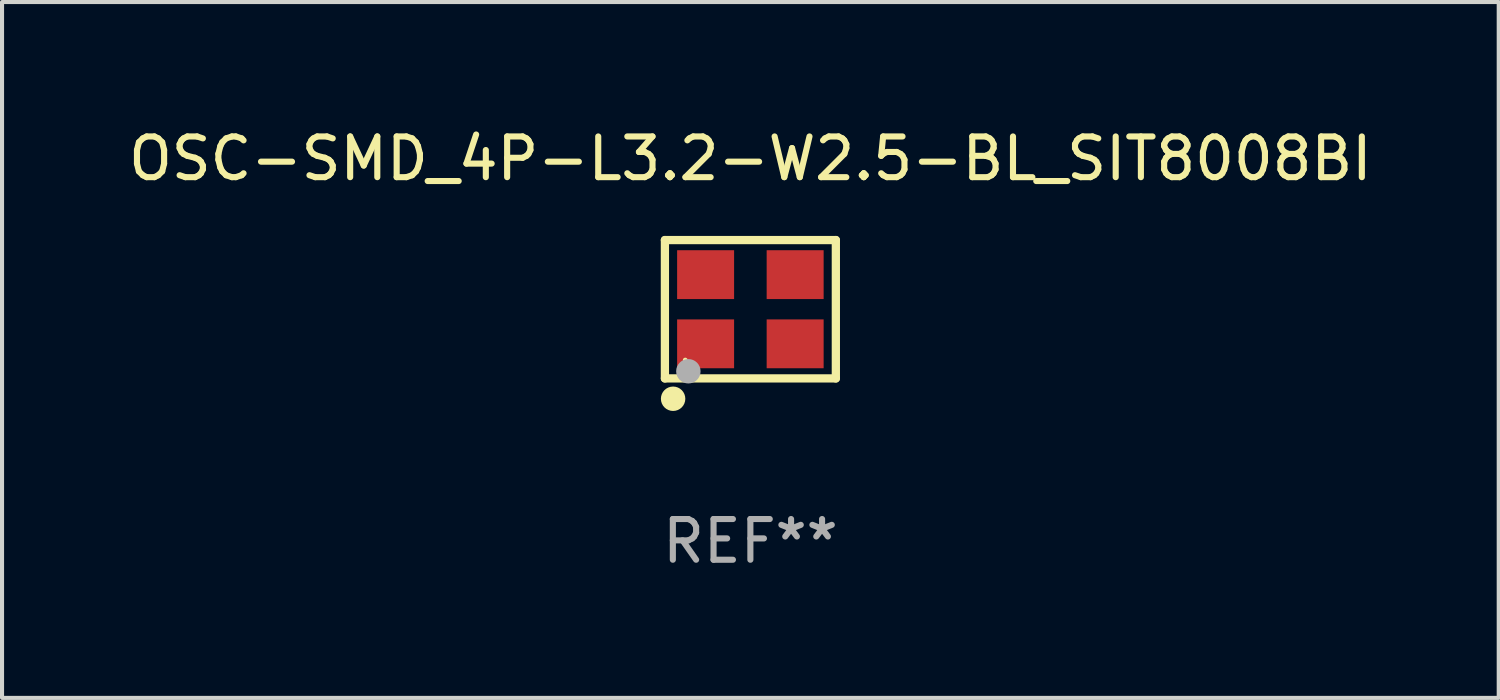
<source format=kicad_pcb>
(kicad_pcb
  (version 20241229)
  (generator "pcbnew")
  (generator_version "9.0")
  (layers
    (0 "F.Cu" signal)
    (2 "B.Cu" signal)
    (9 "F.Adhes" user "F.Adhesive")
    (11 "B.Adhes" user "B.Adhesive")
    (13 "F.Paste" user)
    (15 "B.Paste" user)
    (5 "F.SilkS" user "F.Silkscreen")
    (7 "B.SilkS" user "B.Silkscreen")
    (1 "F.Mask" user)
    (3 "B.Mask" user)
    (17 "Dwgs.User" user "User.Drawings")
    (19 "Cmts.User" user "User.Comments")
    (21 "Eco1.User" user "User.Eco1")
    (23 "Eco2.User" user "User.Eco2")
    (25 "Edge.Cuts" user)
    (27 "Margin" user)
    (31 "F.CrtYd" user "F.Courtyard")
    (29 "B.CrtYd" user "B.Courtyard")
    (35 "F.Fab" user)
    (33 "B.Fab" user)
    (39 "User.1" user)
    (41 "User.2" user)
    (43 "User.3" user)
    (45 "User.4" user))
  (footprint "OSC-SMD_4P-L3.2-W2.5-BL_SIT8008BI"
    (layer "F.Cu")
    (at 15.387 4.548)
    (property "Reference" "OSC-SMD_4P-L3.2-W2.5-BL_SIT8008BI" (at -0.000102 -3.7 0) (layer "F.SilkS") (effects (font (size 1 1) (thickness 0.15))))
    (attr smd)
    (fp_line (start -2.1 -1.7) (end -2.1 1.7) (stroke (width 0.203) (type solid)) (layer "F.SilkS"))
    (fp_line (start -2.1 1.7) (end 2.1 1.7) (stroke (width 0.203) (type solid)) (layer "F.SilkS"))
    (fp_line (start 2.1 -1.7) (end -2.1 -1.7) (stroke (width 0.203) (type solid)) (layer "F.SilkS"))
    (fp_line (start 2.1 1.7) (end 2.1 -1.7) (stroke (width 0.203) (type solid)) (layer "F.SilkS"))
    (fp_arc (start -1.897485 2.049581) (mid -1.898965 2.3496) (end -1.899606 2.049578) (stroke (width 0.3) (type solid)) (layer "F.SilkS"))
    (fp_circle (center -1.6 1.25) (end -1.57 1.25) (stroke (width 0.06) (type solid)) (fill no) (layer "F.SilkS"))
    (fp_circle (center -1.524 1.524) (end -1.374 1.524) (stroke (width 0.3) (type solid)) (fill no) (layer "F.Fab"))
    (fp_text user "REF**" (at -0.000102 5.7 0) (layer "F.Fab") (effects (font (size 1 1) (thickness 0.15))))
    (pad "1" smd rect (at -1.1 0.85) (size 1.4 1.2) (layers "F.Cu" "F.Mask" "F.Paste"))
    (pad "2" smd rect (at 1.1 0.85) (size 1.4 1.2) (layers "F.Cu" "F.Mask" "F.Paste"))
    (pad "3" smd rect (at 1.1 -0.85) (size 1.4 1.2) (layers "F.Cu" "F.Mask" "F.Paste"))
    (pad "4" smd rect (at -1.1 -0.85) (size 1.4 1.2) (layers "F.Cu" "F.Mask" "F.Paste")))
  (gr_rect
    (start -3 -3)
    (end 33.774 14.097)
    (stroke (width 0.1) (type default))
    (fill no)
    (layer "Edge.Cuts")))
</source>
